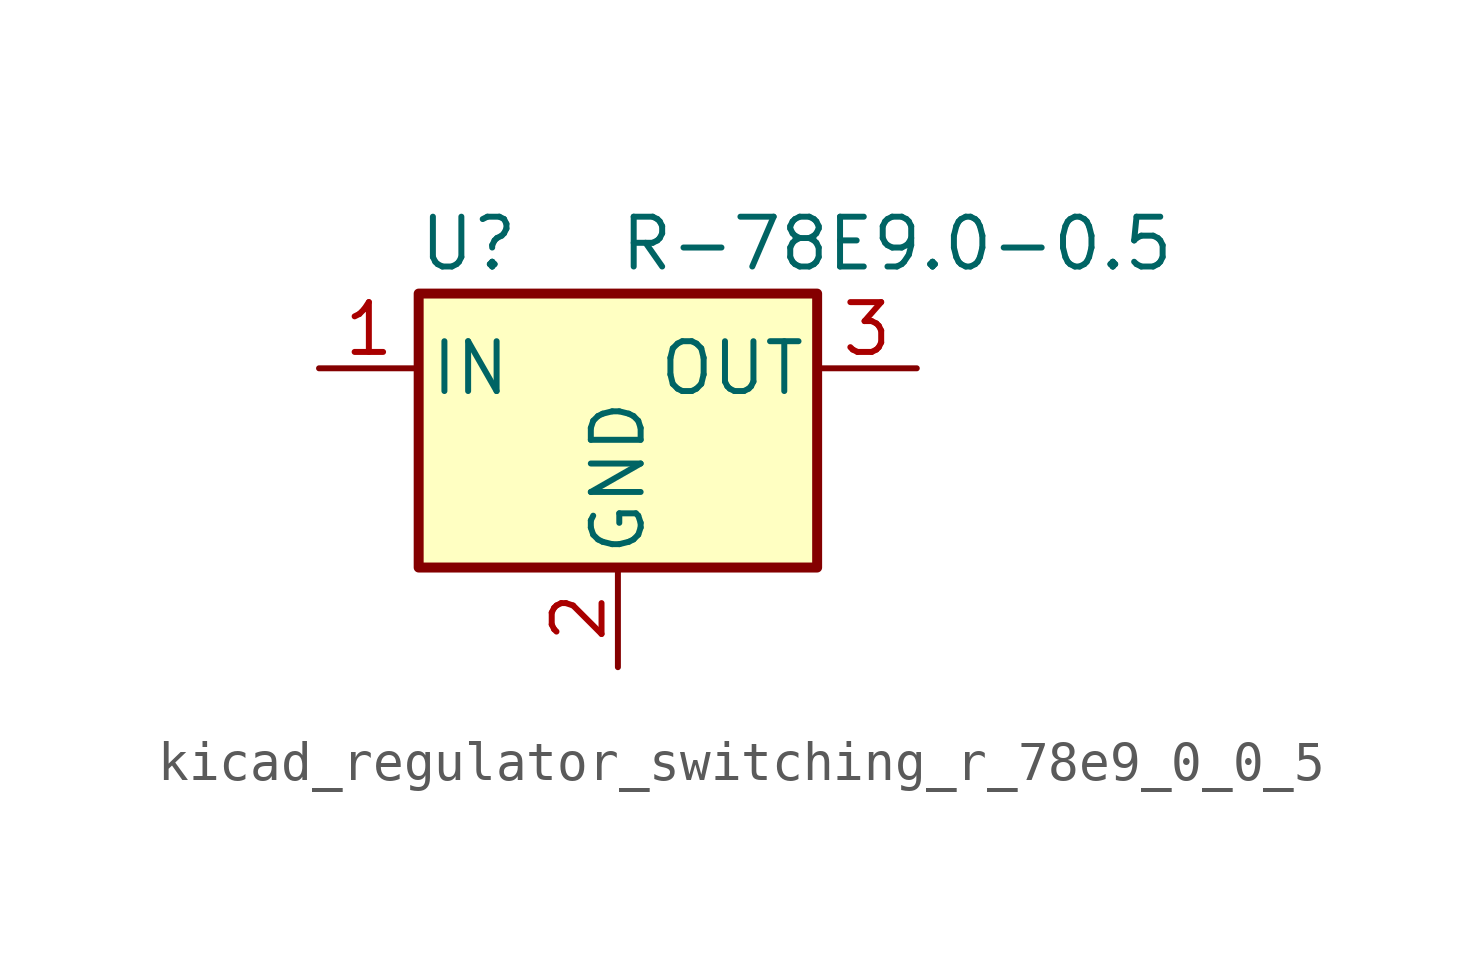
<source format=kicad_sym>
(kicad_symbol_lib
  (version 20220914)
  (generator kicad_symbol_editor)
  (symbol "kicad_regulator_switching_r_78e9_0_0_5"
    (pin_names
      (offset 0.254))
    (property "Reference" "U"
      (at -3.81 3.175 0)
      (effects (font (size 1.27 1.27))))
    (property "Value" "R-78E9.0-0.5"
      (at 0 3.175 0)
      (effects (font (size 1.27 1.27)) (justify left)))
    (symbol "kicad_regulator_switching_r_78e9_0_0_5_0_1"
      (rectangle (start -5.08 1.905) (end 5.08 -5.08) (stroke (width 0.254) (type default)) (fill (type background))))
    (symbol "kicad_regulator_switching_r_78e9_0_0_5_1_1"
      (pin power_in line (at -7.62 0 0) (length 2.54) (name "IN" (effects (font (size 1.27 1.27)))) (number "1" (effects (font (size 1.27 1.27)))))
      (pin power_in line (at 0 -7.62 90) (length 2.54) (name "GND" (effects (font (size 1.27 1.27)))) (number "2" (effects (font (size 1.27 1.27)))))
      (pin power_out line (at 7.62 0 180) (length 2.54) (name "OUT" (effects (font (size 1.27 1.27)))) (number "3" (effects (font (size 1.27 1.27))))))))
</source>
